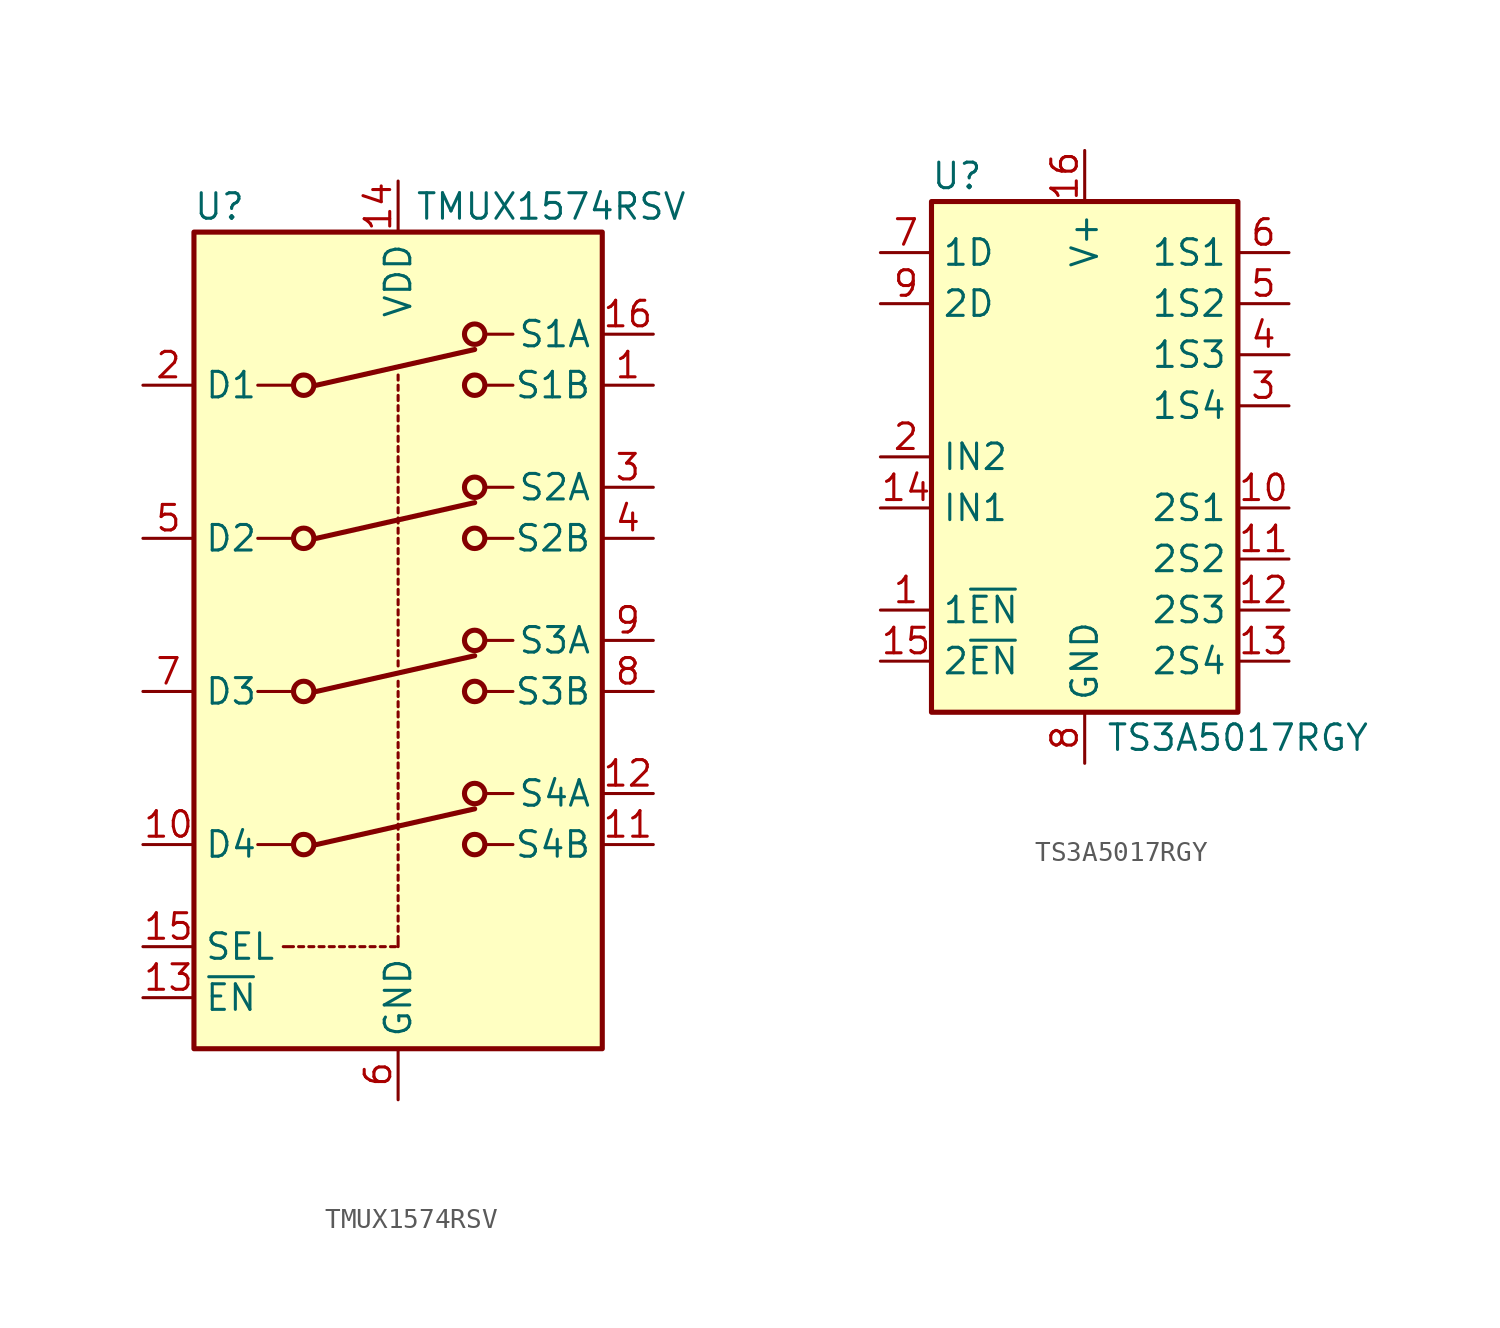
<source format=kicad_sym>
(kicad_symbol_lib
  (version 20241209)
  (generator "kicad_symbol_editor")
  (generator_version "9.0")
  (symbol "TMUX1574RSV"
    (property "Reference" "U"
      (at -8.89 21.59 0)
      (effects (font (size 1.27 1.27))))
    (property "Value" "TMUX1574RSV"
      (at 7.62 21.59 0)
      (effects (font (size 1.27 1.27))))
    (symbol "TMUX1574RSV_1_1"
      (rectangle (start -10.16 20.32) (end 10.16 -20.32) (stroke (width 0.254) (type default)) (fill (type background)))
      (polyline (pts (xy -6.985 12.7) (xy -5.334 12.7)) (stroke (width 0) (type default)) (fill (type none)))
      (polyline (pts (xy -6.985 5.08) (xy -5.334 5.08)) (stroke (width 0) (type default)) (fill (type none)))
      (polyline (pts (xy -6.985 -2.54) (xy -5.334 -2.54)) (stroke (width 0) (type default)) (fill (type none)))
      (polyline (pts (xy -6.985 -10.16) (xy -5.334 -10.16)) (stroke (width 0) (type default)) (fill (type none)))
      (polyline (pts (xy -5.715 -15.24) (xy -5.207 -15.24)) (stroke (width 0) (type default)) (fill (type none)))
      (polyline (pts (xy -4.953 -15.24) (xy -4.699 -15.24)) (stroke (width 0) (type default)) (fill (type none)))
      (circle (center -4.699 12.7) (radius 0.508) (stroke (width 0.254) (type default)) (fill (type none)))
      (circle (center -4.699 5.08) (radius 0.508) (stroke (width 0.254) (type default)) (fill (type none)))
      (circle (center -4.699 -2.54) (radius 0.508) (stroke (width 0.254) (type default)) (fill (type none)))
      (circle (center -4.699 -10.16) (radius 0.508) (stroke (width 0.254) (type default)) (fill (type none)))
      (polyline (pts (xy -4.445 -15.24) (xy -4.191 -15.24)) (stroke (width 0) (type default)) (fill (type none)))
      (polyline (pts (xy -3.937 -15.24) (xy -3.683 -15.24)) (stroke (width 0) (type default)) (fill (type none)))
      (polyline (pts (xy -3.429 -15.24) (xy -3.175 -15.24)) (stroke (width 0) (type default)) (fill (type none)))
      (polyline (pts (xy -2.921 -15.24) (xy -2.667 -15.24)) (stroke (width 0) (type default)) (fill (type none)))
      (polyline (pts (xy -2.413 -15.24) (xy -2.159 -15.24)) (stroke (width 0) (type default)) (fill (type none)))
      (polyline (pts (xy -1.905 -15.24) (xy -1.651 -15.24)) (stroke (width 0) (type default)) (fill (type none)))
      (polyline (pts (xy -1.397 -15.24) (xy -1.143 -15.24)) (stroke (width 0) (type default)) (fill (type none)))
      (polyline (pts (xy -0.889 -15.24) (xy -0.635 -15.24)) (stroke (width 0) (type default)) (fill (type none)))
      (polyline (pts (xy -0.381 -15.24) (xy -0.127 -15.24)) (stroke (width 0) (type default)) (fill (type none)))
      (polyline (pts (xy 0 12.954) (xy 0 13.208)) (stroke (width 0) (type default)) (fill (type none)))
      (polyline (pts (xy 0 12.446) (xy 0 12.7)) (stroke (width 0) (type default)) (fill (type none)))
      (polyline (pts (xy 0 11.938) (xy 0 12.192)) (stroke (width 0) (type default)) (fill (type none)))
      (polyline (pts (xy 0 11.43) (xy 0 11.684)) (stroke (width 0) (type default)) (fill (type none)))
      (polyline (pts (xy 0 10.922) (xy 0 11.176)) (stroke (width 0) (type default)) (fill (type none)))
      (polyline (pts (xy 0 10.414) (xy 0 10.668)) (stroke (width 0) (type default)) (fill (type none)))
      (polyline (pts (xy 0 9.906) (xy 0 10.16)) (stroke (width 0) (type default)) (fill (type none)))
      (polyline (pts (xy 0 9.398) (xy 0 9.652)) (stroke (width 0) (type default)) (fill (type none)))
      (polyline (pts (xy 0 8.89) (xy 0 9.144)) (stroke (width 0) (type default)) (fill (type none)))
      (polyline (pts (xy 0 8.382) (xy 0 8.636)) (stroke (width 0) (type default)) (fill (type none)))
      (polyline (pts (xy 0 7.874) (xy 0 8.128)) (stroke (width 0) (type default)) (fill (type none)))
      (polyline (pts (xy 0 7.366) (xy 0 7.62)) (stroke (width 0) (type default)) (fill (type none)))
      (polyline (pts (xy 0 6.858) (xy 0 7.112)) (stroke (width 0) (type default)) (fill (type none)))
      (polyline (pts (xy 0 6.35) (xy 0 6.604)) (stroke (width 0) (type default)) (fill (type none)))
      (polyline (pts (xy 0 5.842) (xy 0 6.096)) (stroke (width 0) (type default)) (fill (type none)))
      (polyline (pts (xy 0 5.334) (xy 0 5.588)) (stroke (width 0) (type default)) (fill (type none)))
      (polyline (pts (xy 0 4.826) (xy 0 5.08)) (stroke (width 0) (type default)) (fill (type none)))
      (polyline (pts (xy 0 4.318) (xy 0 4.572)) (stroke (width 0) (type default)) (fill (type none)))
      (polyline (pts (xy 0 3.81) (xy 0 4.064)) (stroke (width 0) (type default)) (fill (type none)))
      (polyline (pts (xy 0 3.302) (xy 0 3.556)) (stroke (width 0) (type default)) (fill (type none)))
      (polyline (pts (xy 0 2.794) (xy 0 3.048)) (stroke (width 0) (type default)) (fill (type none)))
      (polyline (pts (xy 0 2.286) (xy 0 2.54)) (stroke (width 0) (type default)) (fill (type none)))
      (polyline (pts (xy 0 1.778) (xy 0 2.032)) (stroke (width 0) (type default)) (fill (type none)))
      (polyline (pts (xy 0 1.27) (xy 0 1.524)) (stroke (width 0) (type default)) (fill (type none)))
      (polyline (pts (xy 0 0.762) (xy 0 1.016)) (stroke (width 0) (type default)) (fill (type none)))
      (polyline (pts (xy 0 0.254) (xy 0 0.508)) (stroke (width 0) (type default)) (fill (type none)))
      (polyline (pts (xy 0 -0.254) (xy 0 0)) (stroke (width 0) (type default)) (fill (type none)))
      (polyline (pts (xy 0 -0.762) (xy 0 -0.508)) (stroke (width 0) (type default)) (fill (type none)))
      (polyline (pts (xy 0 -1.27) (xy 0 -1.016)) (stroke (width 0) (type default)) (fill (type none)))
      (polyline (pts (xy 0 -2.286) (xy 0 -2.032)) (stroke (width 0) (type default)) (fill (type none)))
      (polyline (pts (xy 0 -2.794) (xy 0 -2.54)) (stroke (width 0) (type default)) (fill (type none)))
      (polyline (pts (xy 0 -3.302) (xy 0 -3.048)) (stroke (width 0) (type default)) (fill (type none)))
      (polyline (pts (xy 0 -3.81) (xy 0 -3.556)) (stroke (width 0) (type default)) (fill (type none)))
      (polyline (pts (xy 0 -4.318) (xy 0 -4.064)) (stroke (width 0) (type default)) (fill (type none)))
      (polyline (pts (xy 0 -4.826) (xy 0 -4.572)) (stroke (width 0) (type default)) (fill (type none)))
      (polyline (pts (xy 0 -5.334) (xy 0 -5.08)) (stroke (width 0) (type default)) (fill (type none)))
      (polyline (pts (xy 0 -5.842) (xy 0 -5.588)) (stroke (width 0) (type default)) (fill (type none)))
      (polyline (pts (xy 0 -6.35) (xy 0 -6.096)) (stroke (width 0) (type default)) (fill (type none)))
      (polyline (pts (xy 0 -6.858) (xy 0 -6.604)) (stroke (width 0) (type default)) (fill (type none)))
      (polyline (pts (xy 0 -7.366) (xy 0 -7.112)) (stroke (width 0) (type default)) (fill (type none)))
      (polyline (pts (xy 0 -7.874) (xy 0 -7.62)) (stroke (width 0) (type default)) (fill (type none)))
      (polyline (pts (xy 0 -8.382) (xy 0 -8.128)) (stroke (width 0) (type default)) (fill (type none)))
      (polyline (pts (xy 0 -8.89) (xy 0 -8.636)) (stroke (width 0) (type default)) (fill (type none)))
      (polyline (pts (xy 0 -9.398) (xy 0 -9.144)) (stroke (width 0) (type default)) (fill (type none)))
      (polyline (pts (xy 0 -9.906) (xy 0 -9.652)) (stroke (width 0) (type default)) (fill (type none)))
      (polyline (pts (xy 0 -10.414) (xy 0 -10.16)) (stroke (width 0) (type default)) (fill (type none)))
      (polyline (pts (xy 0 -10.922) (xy 0 -10.668)) (stroke (width 0) (type default)) (fill (type none)))
      (polyline (pts (xy 0 -11.43) (xy 0 -11.176)) (stroke (width 0) (type default)) (fill (type none)))
      (polyline (pts (xy 0 -11.938) (xy 0 -11.684)) (stroke (width 0) (type default)) (fill (type none)))
      (polyline (pts (xy 0 -12.446) (xy 0 -12.192)) (stroke (width 0) (type default)) (fill (type none)))
      (polyline (pts (xy 0 -12.954) (xy 0 -12.7)) (stroke (width 0) (type default)) (fill (type none)))
      (polyline (pts (xy 0 -13.462) (xy 0 -13.208)) (stroke (width 0) (type default)) (fill (type none)))
      (polyline (pts (xy 0 -13.97) (xy 0 -13.716)) (stroke (width 0) (type default)) (fill (type none)))
      (polyline (pts (xy 0 -14.478) (xy 0 -14.224)) (stroke (width 0) (type default)) (fill (type none)))
      (polyline (pts (xy 0 -15.24) (xy 0 -14.732)) (stroke (width 0) (type default)) (fill (type none)))
      (circle (center 3.81 15.24) (radius 0.508) (stroke (width 0.254) (type default)) (fill (type none)))
      (polyline (pts (xy 3.81 14.478) (xy -4.064 12.7)) (stroke (width 0.254) (type default)) (fill (type none)))
      (circle (center 3.81 12.7) (radius 0.508) (stroke (width 0.254) (type default)) (fill (type none)))
      (circle (center 3.81 7.62) (radius 0.508) (stroke (width 0.254) (type default)) (fill (type none)))
      (polyline (pts (xy 3.81 6.858) (xy -4.064 5.08)) (stroke (width 0.254) (type default)) (fill (type none)))
      (circle (center 3.81 5.08) (radius 0.508) (stroke (width 0.254) (type default)) (fill (type none)))
      (circle (center 3.81 0) (radius 0.508) (stroke (width 0.254) (type default)) (fill (type none)))
      (polyline (pts (xy 3.81 -0.762) (xy -4.064 -2.54)) (stroke (width 0.254) (type default)) (fill (type none)))
      (circle (center 3.81 -2.54) (radius 0.508) (stroke (width 0.254) (type default)) (fill (type none)))
      (circle (center 3.81 -7.62) (radius 0.508) (stroke (width 0.254) (type default)) (fill (type none)))
      (polyline (pts (xy 3.81 -8.382) (xy -4.064 -10.16)) (stroke (width 0.254) (type default)) (fill (type none)))
      (circle (center 3.81 -10.16) (radius 0.508) (stroke (width 0.254) (type default)) (fill (type none)))
      (polyline (pts (xy 5.715 15.24) (xy 4.445 15.24)) (stroke (width 0) (type default)) (fill (type none)))
      (polyline (pts (xy 5.715 12.7) (xy 4.445 12.7)) (stroke (width 0) (type default)) (fill (type none)))
      (polyline (pts (xy 5.715 7.62) (xy 4.445 7.62)) (stroke (width 0) (type default)) (fill (type none)))
      (polyline (pts (xy 5.715 5.08) (xy 4.445 5.08)) (stroke (width 0) (type default)) (fill (type none)))
      (polyline (pts (xy 5.715 0) (xy 4.445 0)) (stroke (width 0) (type default)) (fill (type none)))
      (polyline (pts (xy 5.715 -2.54) (xy 4.445 -2.54)) (stroke (width 0) (type default)) (fill (type none)))
      (polyline (pts (xy 5.715 -7.62) (xy 4.445 -7.62)) (stroke (width 0) (type default)) (fill (type none)))
      (polyline (pts (xy 5.715 -10.16) (xy 4.445 -10.16)) (stroke (width 0) (type default)) (fill (type none)))
      (pin passive line (at -12.7 12.7 0) (length 2.54) (name "D1" (effects (font (size 1.27 1.27)))) (number "2" (effects (font (size 1.27 1.27)))))
      (pin passive line (at -12.7 5.08 0) (length 2.54) (name "D2" (effects (font (size 1.27 1.27)))) (number "5" (effects (font (size 1.27 1.27)))))
      (pin passive line (at -12.7 -2.54 0) (length 2.54) (name "D3" (effects (font (size 1.27 1.27)))) (number "7" (effects (font (size 1.27 1.27)))))
      (pin passive line (at -12.7 -10.16 0) (length 2.54) (name "D4" (effects (font (size 1.27 1.27)))) (number "10" (effects (font (size 1.27 1.27)))))
      (pin input line (at -12.7 -15.24 0) (length 2.54) (name "SEL" (effects (font (size 1.27 1.27)))) (number "15" (effects (font (size 1.27 1.27)))))
      (pin input line (at -12.7 -17.78 0) (length 2.54) (name "~{EN}" (effects (font (size 1.27 1.27)))) (number "13" (effects (font (size 1.27 1.27)))))
      (pin power_in line (at 0 22.86 270) (length 2.54) (name "VDD" (effects (font (size 1.27 1.27)))) (number "14" (effects (font (size 1.27 1.27)))))
      (pin power_in line (at 0 -22.86 90) (length 2.54) (name "GND" (effects (font (size 1.27 1.27)))) (number "6" (effects (font (size 1.27 1.27)))))
      (pin passive line (at 12.7 15.24 180) (length 2.54) (name "S1A" (effects (font (size 1.27 1.27)))) (number "16" (effects (font (size 1.27 1.27)))))
      (pin passive line (at 12.7 12.7 180) (length 2.54) (name "S1B" (effects (font (size 1.27 1.27)))) (number "1" (effects (font (size 1.27 1.27)))))
      (pin passive line (at 12.7 7.62 180) (length 2.54) (name "S2A" (effects (font (size 1.27 1.27)))) (number "3" (effects (font (size 1.27 1.27)))))
      (pin passive line (at 12.7 5.08 180) (length 2.54) (name "S2B" (effects (font (size 1.27 1.27)))) (number "4" (effects (font (size 1.27 1.27)))))
      (pin passive line (at 12.7 0 180) (length 2.54) (name "S3A" (effects (font (size 1.27 1.27)))) (number "9" (effects (font (size 1.27 1.27)))))
      (pin passive line (at 12.7 -2.54 180) (length 2.54) (name "S3B" (effects (font (size 1.27 1.27)))) (number "8" (effects (font (size 1.27 1.27)))))
      (pin passive line (at 12.7 -7.62 180) (length 2.54) (name "S4A" (effects (font (size 1.27 1.27)))) (number "12" (effects (font (size 1.27 1.27)))))
      (pin passive line (at 12.7 -10.16 180) (length 2.54) (name "S4B" (effects (font (size 1.27 1.27)))) (number "11" (effects (font (size 1.27 1.27)))))))
  (symbol "TS3A5017RGY"
    (property "Reference" "U"
      (at -6.35 13.97 0)
      (effects (font (size 1.27 1.27))))
    (property "Value" "TS3A5017RGY"
      (at 7.62 -13.97 0)
      (effects (font (size 1.27 1.27))))
    (symbol "TS3A5017RGY_0_1"
      (rectangle (start -7.62 12.7) (end 7.62 -12.7) (stroke (width 0.254) (type default)) (fill (type background))))
    (symbol "TS3A5017RGY_1_1"
      (pin bidirectional line (at -10.16 10.16 0) (length 2.54) (name "1D" (effects (font (size 1.27 1.27)))) (number "7" (effects (font (size 1.27 1.27)))))
      (pin bidirectional line (at -10.16 7.62 0) (length 2.54) (name "2D" (effects (font (size 1.27 1.27)))) (number "9" (effects (font (size 1.27 1.27)))))
      (pin input line (at -10.16 0 0) (length 2.54) (name "IN2" (effects (font (size 1.27 1.27)))) (number "2" (effects (font (size 1.27 1.27)))))
      (pin input line (at -10.16 -2.54 0) (length 2.54) (name "IN1" (effects (font (size 1.27 1.27)))) (number "14" (effects (font (size 1.27 1.27)))))
      (pin input line (at -10.16 -7.62 0) (length 2.54) (name "1~{EN}" (effects (font (size 1.27 1.27)))) (number "1" (effects (font (size 1.27 1.27)))))
      (pin input line (at -10.16 -10.16 0) (length 2.54) (name "2~{EN}" (effects (font (size 1.27 1.27)))) (number "15" (effects (font (size 1.27 1.27)))))
      (pin power_in line (at 0 15.24 270) (length 2.54) (name "V+" (effects (font (size 1.27 1.27)))) (number "16" (effects (font (size 1.27 1.27)))))
      (pin passive line (at 0 -15.24 90) (length 2.54) (hide yes) (name "GND" (effects (font (size 1.27 1.27)))) (number "17" (effects (font (size 1.27 1.27)))))
      (pin power_in line (at 0 -15.24 90) (length 2.54) (name "GND" (effects (font (size 1.27 1.27)))) (number "8" (effects (font (size 1.27 1.27)))))
      (pin bidirectional line (at 10.16 10.16 180) (length 2.54) (name "1S1" (effects (font (size 1.27 1.27)))) (number "6" (effects (font (size 1.27 1.27)))))
      (pin bidirectional line (at 10.16 7.62 180) (length 2.54) (name "1S2" (effects (font (size 1.27 1.27)))) (number "5" (effects (font (size 1.27 1.27)))))
      (pin bidirectional line (at 10.16 5.08 180) (length 2.54) (name "1S3" (effects (font (size 1.27 1.27)))) (number "4" (effects (font (size 1.27 1.27)))))
      (pin bidirectional line (at 10.16 2.54 180) (length 2.54) (name "1S4" (effects (font (size 1.27 1.27)))) (number "3" (effects (font (size 1.27 1.27)))))
      (pin bidirectional line (at 10.16 -2.54 180) (length 2.54) (name "2S1" (effects (font (size 1.27 1.27)))) (number "10" (effects (font (size 1.27 1.27)))))
      (pin bidirectional line (at 10.16 -5.08 180) (length 2.54) (name "2S2" (effects (font (size 1.27 1.27)))) (number "11" (effects (font (size 1.27 1.27)))))
      (pin bidirectional line (at 10.16 -7.62 180) (length 2.54) (name "2S3" (effects (font (size 1.27 1.27)))) (number "12" (effects (font (size 1.27 1.27)))))
      (pin bidirectional line (at 10.16 -10.16 180) (length 2.54) (name "2S4" (effects (font (size 1.27 1.27)))) (number "13" (effects (font (size 1.27 1.27))))))))
</source>
